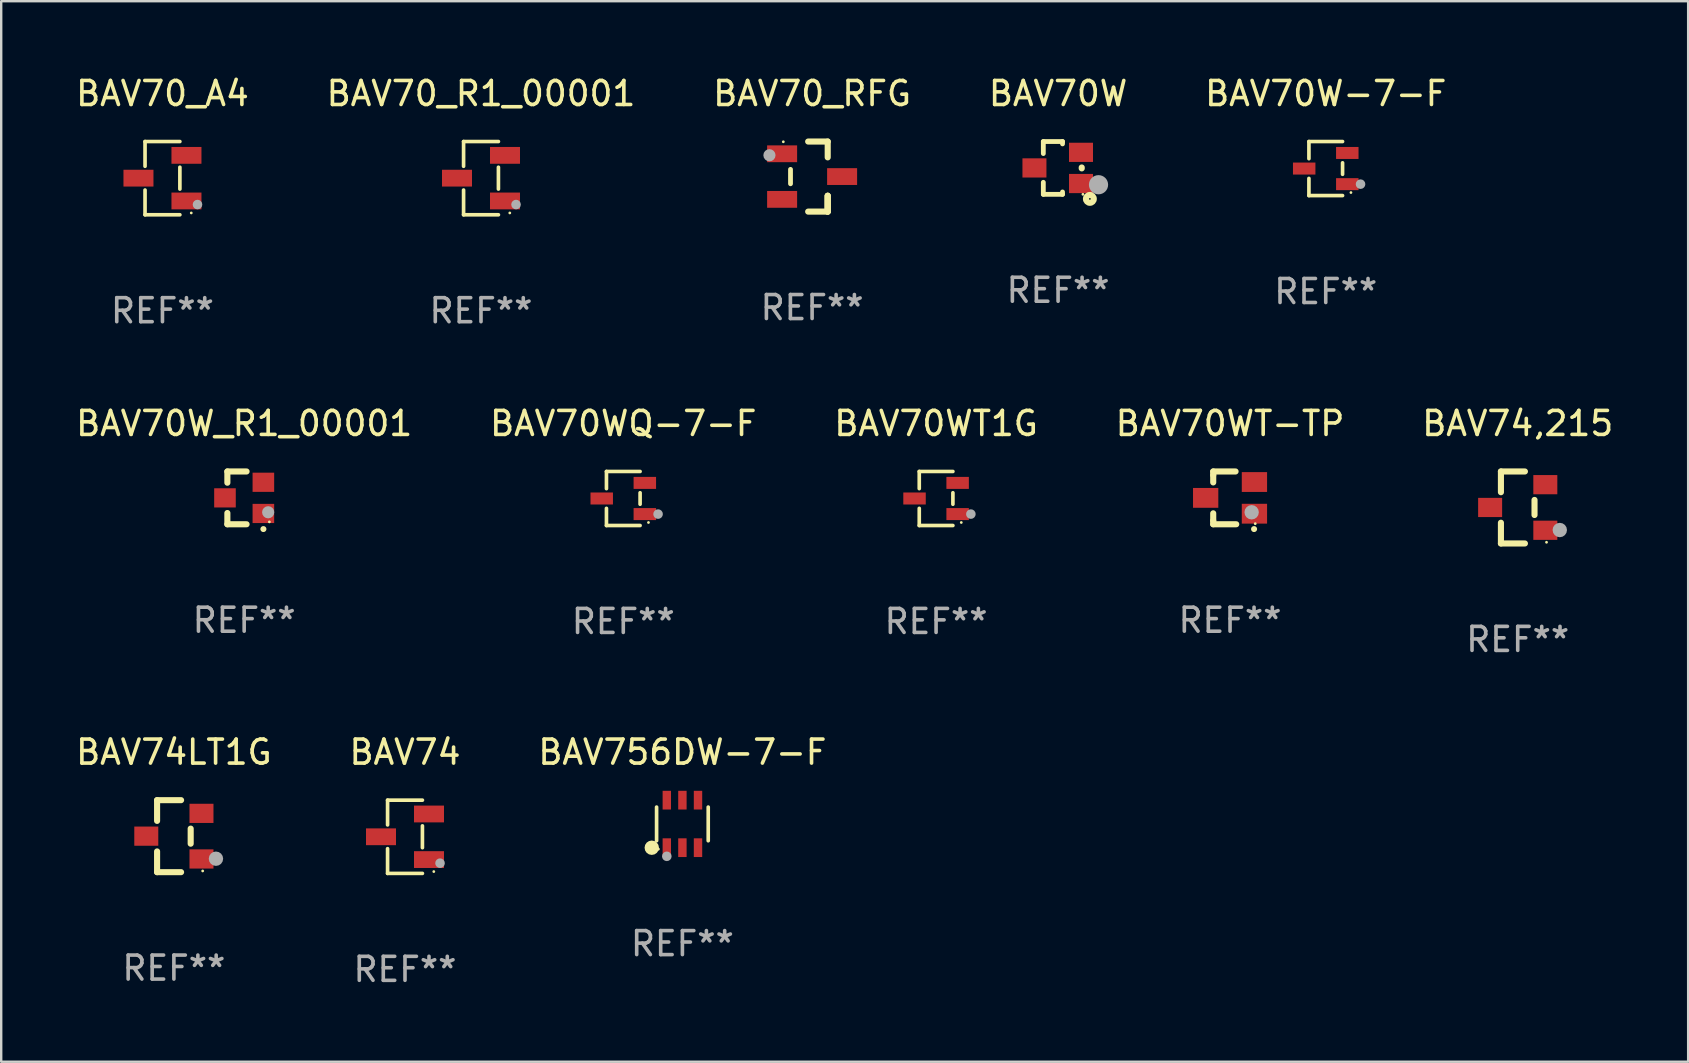
<source format=kicad_pcb>
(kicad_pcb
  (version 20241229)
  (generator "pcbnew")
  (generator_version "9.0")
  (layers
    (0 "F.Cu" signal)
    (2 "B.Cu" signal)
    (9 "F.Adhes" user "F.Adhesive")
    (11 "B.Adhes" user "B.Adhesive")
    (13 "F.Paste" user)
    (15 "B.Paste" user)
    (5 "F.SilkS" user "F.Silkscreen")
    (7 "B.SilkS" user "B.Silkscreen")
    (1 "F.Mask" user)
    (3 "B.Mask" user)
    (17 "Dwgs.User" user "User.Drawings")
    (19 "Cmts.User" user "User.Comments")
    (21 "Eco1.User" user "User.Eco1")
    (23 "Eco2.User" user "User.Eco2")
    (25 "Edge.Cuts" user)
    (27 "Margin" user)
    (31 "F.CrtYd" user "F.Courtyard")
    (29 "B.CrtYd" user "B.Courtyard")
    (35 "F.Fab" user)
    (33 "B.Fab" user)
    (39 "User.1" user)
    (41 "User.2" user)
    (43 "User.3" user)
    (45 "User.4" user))
  (footprint "BAV70_RFG"
    (layer "F.Cu")
    (at 30.792 4.308)
    (property "Reference" "BAV70_RFG" (at 0 -3.46 0) (layer "F.SilkS") (effects (font (size 1 1) (thickness 0.15))))
    (attr through_hole)
    (fp_line (start -0.9 -0.3) (end -0.9 0.3) (stroke (width 0.2) (type solid)) (layer "F.SilkS"))
    (fp_line (start -0.165 -1.46) (end 0.65 -1.46) (stroke (width 0.254) (type solid)) (layer "F.SilkS"))
    (fp_line (start 0.65 -1.46) (end 0.65 -0.8) (stroke (width 0.254) (type solid)) (layer "F.SilkS"))
    (fp_line (start 0.65 0.8) (end 0.65 1.46) (stroke (width 0.254) (type solid)) (layer "F.SilkS"))
    (fp_line (start 0.65 0.8) (end 0.65 1.46) (stroke (width 0.254) (type solid)) (layer "F.SilkS"))
    (fp_line (start 0.65 1.46) (end -0.165 1.46) (stroke (width 0.254) (type solid)) (layer "F.SilkS"))
    (fp_line (start 0.65 1.46) (end 0.65 0.8) (stroke (width 0.254) (type solid)) (layer "F.SilkS"))
    (fp_circle (center -1.2 -1.45) (end -1.17 -1.45) (stroke (width 0.06) (type solid)) (fill no) (layer "F.SilkS"))
    (fp_circle (center -1.778 -0.889) (end -1.651 -0.889) (stroke (width 0.254) (type solid)) (fill no) (layer "F.Fab"))
    (fp_text user "REF**" (at 0 5.46 0) (layer "F.Fab") (effects (font (size 1 1) (thickness 0.15))))
    (pad "1" smd rect (at -1.25 -0.95 90) (size 0.7 1.25) (layers "F.Cu" "F.Mask" "F.Paste"))
    (pad "2" smd rect (at -1.25 0.95 90) (size 0.7 1.25) (layers "F.Cu" "F.Mask" "F.Paste"))
    (pad "3" smd rect (at 1.25 -0.000051 90) (size 0.7 1.25) (layers "F.Cu" "F.Mask" "F.Paste")))
  (footprint "BAV70_R1_00001"
    (layer "F.Cu")
    (at 16.994 4.374)
    (property "Reference" "BAV70_R1_00001" (at 0 -3.526 0) (layer "F.SilkS") (effects (font (size 1 1) (thickness 0.15))))
    (attr through_hole)
    (fp_line (start -0.726 -1.526) (end -0.726 -0.495) (stroke (width 0.152) (type solid)) (layer "F.SilkS"))
    (fp_line (start -0.726 1.526) (end -0.726 0.495) (stroke (width 0.152) (type solid)) (layer "F.SilkS"))
    (fp_line (start 0.726 -1.526) (end -0.726 -1.526) (stroke (width 0.152) (type solid)) (layer "F.SilkS"))
    (fp_line (start 0.726 -0.455) (end 0.726 0.455) (stroke (width 0.152) (type solid)) (layer "F.SilkS"))
    (fp_line (start 0.726 1.526) (end -0.726 1.526) (stroke (width 0.152) (type solid)) (layer "F.SilkS"))
    (fp_circle (center 1.2 1.45) (end 1.23 1.45) (stroke (width 0.06) (type solid)) (fill no) (layer "F.SilkS"))
    (fp_circle (center 1.46 1.1) (end 1.56 1.1) (stroke (width 0.2) (type solid)) (fill no) (layer "F.Fab"))
    (fp_text user "REF**" (at 0 5.526 0) (layer "F.Fab") (effects (font (size 1 1) (thickness 0.15))))
    (pad "1" smd rect (at 1 0.95) (size 1.25 0.7) (layers "F.Cu" "F.Mask" "F.Paste"))
    (pad "2" smd rect (at 1 -0.95) (size 1.25 0.7) (layers "F.Cu" "F.Mask" "F.Paste"))
    (pad "3" smd rect (at -1 0) (size 1.25 0.7) (layers "F.Cu" "F.Mask" "F.Paste")))
  (footprint "BAV70W_R1_00001"
    (layer "F.Cu")
    (at 7.125 17.697)
    (property "Reference" "BAV70W_R1_00001" (at 0 -3.1 0) (layer "F.SilkS") (effects (font (size 1 1) (thickness 0.15))))
    (attr through_hole)
    (fp_line (start -0.7 -1.1) (end 0.1 -1.1) (stroke (width 0.254) (type solid)) (layer "F.SilkS"))
    (fp_line (start -0.7 -0.631) (end -0.7 -1.1) (stroke (width 0.254) (type solid)) (layer "F.SilkS"))
    (fp_line (start -0.7 1.1) (end -0.7 0.631) (stroke (width 0.254) (type solid)) (layer "F.SilkS"))
    (fp_line (start -0.7 1.1) (end 0.1 1.1) (stroke (width 0.254) (type solid)) (layer "F.SilkS"))
    (fp_arc (start 0.8 1.3) (mid 0.80127 1.299994) (end 0.80254 1.3) (stroke (width 0.24892) (type solid)) (layer "F.SilkS"))
    (fp_circle (center 1.05 1) (end 1.08 1) (stroke (width 0.06) (type solid)) (fill no) (layer "F.SilkS"))
    (fp_circle (center 1 0.6) (end 1.127 0.6) (stroke (width 0.254) (type solid)) (fill no) (layer "F.Fab"))
    (fp_text user "REF**" (at 0 5.1 0) (layer "F.Fab") (effects (font (size 1 1) (thickness 0.15))))
    (pad "1" smd rect (at 0.8 0.65 90) (size 0.8 0.9) (layers "F.Cu" "F.Mask" "F.Paste"))
    (pad "2" smd rect (at 0.8 -0.65 90) (size 0.8 0.9) (layers "F.Cu" "F.Mask" "F.Paste"))
    (pad "3" smd rect (at -0.8 0 90) (size 0.8 0.9) (layers "F.Cu" "F.Mask" "F.Paste")))
  (footprint "BAV70WT1G"
    (layer "F.Cu")
    (at 35.958 17.723)
    (property "Reference" "BAV70WT1G" (at 0 -3.126 0) (layer "F.SilkS") (effects (font (size 1 1) (thickness 0.15))))
    (attr through_hole)
    (fp_line (start -0.701 -1.126) (end -0.701 -0.411) (stroke (width 0.152) (type solid)) (layer "F.SilkS"))
    (fp_line (start -0.701 1.126) (end -0.701 0.411) (stroke (width 0.152) (type solid)) (layer "F.SilkS"))
    (fp_line (start 0.701 -1.126) (end -0.701 -1.126) (stroke (width 0.152) (type solid)) (layer "F.SilkS"))
    (fp_line (start 0.701 -0.239) (end 0.701 0.239) (stroke (width 0.152) (type solid)) (layer "F.SilkS"))
    (fp_line (start 0.701 1.126) (end -0.701 1.126) (stroke (width 0.152) (type solid)) (layer "F.SilkS"))
    (fp_circle (center 1.05 1) (end 1.08 1) (stroke (width 0.06) (type solid)) (fill no) (layer "F.SilkS"))
    (fp_circle (center 1.45 0.65) (end 1.55 0.65) (stroke (width 0.2) (type solid)) (fill no) (layer "F.Fab"))
    (fp_text user "REF**" (at 0 5.126 0) (layer "F.Fab") (effects (font (size 1 1) (thickness 0.15))))
    (pad "1" smd rect (at 0.898 0.65) (size 0.936 0.5) (layers "F.Cu" "F.Mask" "F.Paste"))
    (pad "2" smd rect (at 0.898 -0.65) (size 0.936 0.5) (layers "F.Cu" "F.Mask" "F.Paste"))
    (pad "3" smd rect (at -0.898 0) (size 0.936 0.5) (layers "F.Cu" "F.Mask" "F.Paste")))
  (footprint "BAV70W-7-F"
    (layer "F.Cu")
    (at 52.196 3.974)
    (property "Reference" "BAV70W-7-F" (at 0 -3.126 0) (layer "F.SilkS") (effects (font (size 1 1) (thickness 0.15))))
    (attr through_hole)
    (fp_line (start -0.701 -1.126) (end -0.701 -0.411) (stroke (width 0.152) (type solid)) (layer "F.SilkS"))
    (fp_line (start -0.701 1.126) (end -0.701 0.411) (stroke (width 0.152) (type solid)) (layer "F.SilkS"))
    (fp_line (start 0.701 -1.126) (end -0.701 -1.126) (stroke (width 0.152) (type solid)) (layer "F.SilkS"))
    (fp_line (start 0.701 -0.239) (end 0.701 0.239) (stroke (width 0.152) (type solid)) (layer "F.SilkS"))
    (fp_line (start 0.701 1.126) (end -0.701 1.126) (stroke (width 0.152) (type solid)) (layer "F.SilkS"))
    (fp_circle (center 1.05 1) (end 1.08 1) (stroke (width 0.06) (type solid)) (fill no) (layer "F.SilkS"))
    (fp_circle (center 1.45 0.65) (end 1.55 0.65) (stroke (width 0.2) (type solid)) (fill no) (layer "F.Fab"))
    (fp_text user "REF**" (at 0 5.126 0) (layer "F.Fab") (effects (font (size 1 1) (thickness 0.15))))
    (pad "1" smd rect (at 0.898 0.65) (size 0.936 0.5) (layers "F.Cu" "F.Mask" "F.Paste"))
    (pad "2" smd rect (at 0.898 -0.65) (size 0.936 0.5) (layers "F.Cu" "F.Mask" "F.Paste"))
    (pad "3" smd rect (at -0.898 0) (size 0.936 0.5) (layers "F.Cu" "F.Mask" "F.Paste")))
  (footprint "BAV70WT-TP"
    (layer "F.Cu")
    (at 48.208 17.697)
    (property "Reference" "BAV70WT-TP" (at 0 -3.1 0) (layer "F.SilkS") (effects (font (size 1 1) (thickness 0.15))))
    (attr through_hole)
    (fp_line (start -0.701 -0.95) (end -0.701 -1.1) (stroke (width 0.254) (type solid)) (layer "F.SilkS"))
    (fp_line (start -0.701 -0.644) (end -0.701 -0.95) (stroke (width 0.254) (type solid)) (layer "F.SilkS"))
    (fp_line (start -0.701 0.95) (end -0.701 0.644) (stroke (width 0.254) (type solid)) (layer "F.SilkS"))
    (fp_line (start -0.701 0.95) (end -0.701 1.1) (stroke (width 0.254) (type solid)) (layer "F.SilkS"))
    (fp_line (start -0.7 -1.1) (end 0.23 -1.1) (stroke (width 0.254) (type solid)) (layer "F.SilkS"))
    (fp_line (start -0.7 1.1) (end 0.258 1.1) (stroke (width 0.254) (type solid)) (layer "F.SilkS"))
    (fp_arc (start 1 1.3) (mid 1.00127 1.299994) (end 1.00254 1.3) (stroke (width 0.24892) (type solid)) (layer "F.SilkS"))
    (fp_circle (center 1.05 1.075) (end 1.08 1.075) (stroke (width 0.06) (type solid)) (fill no) (layer "F.SilkS"))
    (fp_circle (center 0.9 0.6) (end 1.05 0.6) (stroke (width 0.3) (type solid)) (fill no) (layer "F.Fab"))
    (fp_text user "REF**" (at 0 5.1 0) (layer "F.Fab") (effects (font (size 1 1) (thickness 0.15))))
    (pad "1" smd rect (at 1.016 0.66) (size 1.054 0.826) (layers "F.Cu" "F.Mask" "F.Paste"))
    (pad "2" smd rect (at 1.016 -0.66) (size 1.054 0.826) (layers "F.Cu" "F.Mask" "F.Paste"))
    (pad "3" smd rect (at -1.016 0) (size 1.054 0.826) (layers "F.Cu" "F.Mask" "F.Paste")))
  (footprint "BAV756DW-7-F"
    (layer "F.Cu")
    (at 25.387 31.284)
    (property "Reference" "BAV756DW-7-F" (at 0 -2.99 0) (layer "F.SilkS") (effects (font (size 1 1) (thickness 0.15))))
    (attr through_hole)
    (fp_line (start -1.076 0.701) (end -1.076 -0.701) (stroke (width 0.152) (type solid)) (layer "F.SilkS"))
    (fp_line (start 1.076 0.701) (end 1.076 -0.701) (stroke (width 0.152) (type solid)) (layer "F.SilkS"))
    (fp_circle (center -1.277 0.992) (end -1.127 0.992) (stroke (width 0.3) (type solid)) (fill no) (layer "F.SilkS"))
    (fp_circle (center -1 1.05) (end -0.97 1.05) (stroke (width 0.06) (type solid)) (fill no) (layer "F.SilkS"))
    (fp_circle (center -0.65 1.35) (end -0.55 1.35) (stroke (width 0.2) (type solid)) (fill no) (layer "F.Fab"))
    (fp_text user "REF**" (at 0 4.99 0) (layer "F.Fab") (effects (font (size 1 1) (thickness 0.15))))
    (pad "1" smd rect (at -0.65 0.99) (size 0.35 0.78) (layers "F.Cu" "F.Mask" "F.Paste"))
    (pad "2" smd rect (at 0 0.99) (size 0.35 0.78) (layers "F.Cu" "F.Mask" "F.Paste"))
    (pad "3" smd rect (at 0.65 0.99) (size 0.35 0.78) (layers "F.Cu" "F.Mask" "F.Paste"))
    (pad "4" smd rect (at 0.65 -0.99) (size 0.35 0.78) (layers "F.Cu" "F.Mask" "F.Paste"))
    (pad "5" smd rect (at 0 -0.99) (size 0.35 0.78) (layers "F.Cu" "F.Mask" "F.Paste"))
    (pad "6" smd rect (at -0.65 -0.99) (size 0.35 0.78) (layers "F.Cu" "F.Mask" "F.Paste")))
  (footprint "BAV70WQ-7-F"
    (layer "F.Cu")
    (at 22.923 17.723)
    (property "Reference" "BAV70WQ-7-F" (at 0 -3.126 0) (layer "F.SilkS") (effects (font (size 1 1) (thickness 0.15))))
    (attr through_hole)
    (fp_line (start -0.701 -1.126) (end -0.701 -0.411) (stroke (width 0.152) (type solid)) (layer "F.SilkS"))
    (fp_line (start -0.701 1.126) (end -0.701 0.411) (stroke (width 0.152) (type solid)) (layer "F.SilkS"))
    (fp_line (start 0.701 -1.126) (end -0.701 -1.126) (stroke (width 0.152) (type solid)) (layer "F.SilkS"))
    (fp_line (start 0.701 -0.239) (end 0.701 0.239) (stroke (width 0.152) (type solid)) (layer "F.SilkS"))
    (fp_line (start 0.701 1.126) (end -0.701 1.126) (stroke (width 0.152) (type solid)) (layer "F.SilkS"))
    (fp_circle (center 1.05 1) (end 1.08 1) (stroke (width 0.06) (type solid)) (fill no) (layer "F.SilkS"))
    (fp_circle (center 1.45 0.65) (end 1.55 0.65) (stroke (width 0.2) (type solid)) (fill no) (layer "F.Fab"))
    (fp_text user "REF**" (at 0 5.126 0) (layer "F.Fab") (effects (font (size 1 1) (thickness 0.15))))
    (pad "1" smd rect (at 0.898 0.65) (size 0.936 0.5) (layers "F.Cu" "F.Mask" "F.Paste"))
    (pad "2" smd rect (at 0.898 -0.65) (size 0.936 0.5) (layers "F.Cu" "F.Mask" "F.Paste"))
    (pad "3" smd rect (at -0.898 0) (size 0.936 0.5) (layers "F.Cu" "F.Mask" "F.Paste")))
  (footprint "BAV74,215"
    (layer "F.Cu")
    (at 60.196 18.097)
    (property "Reference" "BAV74,215" (at 0 -3.5 0) (layer "F.SilkS") (effects (font (size 1 1) (thickness 0.15))))
    (attr through_hole)
    (fp_line (start -0.7 -1.5) (end 0.3 -1.5) (stroke (width 0.254) (type solid)) (layer "F.SilkS"))
    (fp_line (start -0.7 -0.636) (end -0.7 -1.5) (stroke (width 0.254) (type solid)) (layer "F.SilkS"))
    (fp_line (start -0.7 1.5) (end -0.7 0.636) (stroke (width 0.254) (type solid)) (layer "F.SilkS"))
    (fp_line (start -0.7 1.5) (end 0.3 1.5) (stroke (width 0.254) (type solid)) (layer "F.SilkS"))
    (fp_line (start 0.7 0.314) (end 0.7 -0.314) (stroke (width 0.254) (type solid)) (layer "F.SilkS"))
    (fp_circle (center 1.2 1.45) (end 1.23 1.45) (stroke (width 0.06) (type solid)) (fill no) (layer "F.SilkS"))
    (fp_circle (center 1.753 0.94) (end 1.903 0.94) (stroke (width 0.3) (type solid)) (fill no) (layer "F.Fab"))
    (fp_text user "REF**" (at 0 5.5 0) (layer "F.Fab") (effects (font (size 1 1) (thickness 0.15))))
    (pad "1" smd rect (at 1.15 0.95 180) (size 1 0.8) (layers "F.Cu" "F.Mask" "F.Paste"))
    (pad "2" smd rect (at 1.15 -0.95 180) (size 1 0.8) (layers "F.Cu" "F.Mask" "F.Paste"))
    (pad "3" smd rect (at -1.15 -0.000051 180) (size 1 0.8) (layers "F.Cu" "F.Mask" "F.Paste")))
  (footprint "BAV74LT1G"
    (layer "F.Cu")
    (at 4.196 31.794)
    (property "Reference" "BAV74LT1G" (at 0 -3.5 0) (layer "F.SilkS") (effects (font (size 1 1) (thickness 0.15))))
    (attr through_hole)
    (fp_line (start -0.7 -1.5) (end 0.3 -1.5) (stroke (width 0.254) (type solid)) (layer "F.SilkS"))
    (fp_line (start -0.7 -0.636) (end -0.7 -1.5) (stroke (width 0.254) (type solid)) (layer "F.SilkS"))
    (fp_line (start -0.7 1.5) (end -0.7 0.636) (stroke (width 0.254) (type solid)) (layer "F.SilkS"))
    (fp_line (start -0.7 1.5) (end 0.3 1.5) (stroke (width 0.254) (type solid)) (layer "F.SilkS"))
    (fp_line (start 0.7 0.314) (end 0.7 -0.314) (stroke (width 0.254) (type solid)) (layer "F.SilkS"))
    (fp_circle (center 1.2 1.45) (end 1.23 1.45) (stroke (width 0.06) (type solid)) (fill no) (layer "F.SilkS"))
    (fp_circle (center 1.753 0.94) (end 1.903 0.94) (stroke (width 0.3) (type solid)) (fill no) (layer "F.Fab"))
    (fp_text user "REF**" (at 0 5.5 0) (layer "F.Fab") (effects (font (size 1 1) (thickness 0.15))))
    (pad "1" smd rect (at 1.15 0.95 180) (size 1 0.8) (layers "F.Cu" "F.Mask" "F.Paste"))
    (pad "2" smd rect (at 1.15 -0.95 180) (size 1 0.8) (layers "F.Cu" "F.Mask" "F.Paste"))
    (pad "3" smd rect (at -1.15 -0.000051 180) (size 1 0.8) (layers "F.Cu" "F.Mask" "F.Paste")))
  (footprint "BAV70_A4"
    (layer "F.Cu")
    (at 3.72 4.374)
    (property "Reference" "BAV70_A4" (at 0 -3.526 0) (layer "F.SilkS") (effects (font (size 1 1) (thickness 0.15))))
    (attr through_hole)
    (fp_line (start -0.726 -1.526) (end -0.726 -0.495) (stroke (width 0.152) (type solid)) (layer "F.SilkS"))
    (fp_line (start -0.726 1.526) (end -0.726 0.495) (stroke (width 0.152) (type solid)) (layer "F.SilkS"))
    (fp_line (start 0.726 -1.526) (end -0.726 -1.526) (stroke (width 0.152) (type solid)) (layer "F.SilkS"))
    (fp_line (start 0.726 -0.455) (end 0.726 0.455) (stroke (width 0.152) (type solid)) (layer "F.SilkS"))
    (fp_line (start 0.726 1.526) (end -0.726 1.526) (stroke (width 0.152) (type solid)) (layer "F.SilkS"))
    (fp_circle (center 1.2 1.45) (end 1.23 1.45) (stroke (width 0.06) (type solid)) (fill no) (layer "F.SilkS"))
    (fp_circle (center 1.46 1.1) (end 1.56 1.1) (stroke (width 0.2) (type solid)) (fill no) (layer "F.Fab"))
    (fp_text user "REF**" (at 0 5.526 0) (layer "F.Fab") (effects (font (size 1 1) (thickness 0.15))))
    (pad "1" smd rect (at 1 0.95) (size 1.25 0.7) (layers "F.Cu" "F.Mask" "F.Paste"))
    (pad "2" smd rect (at 1 -0.95) (size 1.25 0.7) (layers "F.Cu" "F.Mask" "F.Paste"))
    (pad "3" smd rect (at -1 0) (size 1.25 0.7) (layers "F.Cu" "F.Mask" "F.Paste")))
  (footprint "BAV70W"
    (layer "F.Cu")
    (at 41.042 3.948)
    (property "Reference" "BAV70W" (at 0 -3.1 0) (layer "F.SilkS") (effects (font (size 1 1) (thickness 0.15))))
    (attr through_hole)
    (fp_line (start -0.615 -1.1) (end -0.615 -0.599) (stroke (width 0.2) (type solid)) (layer "F.SilkS"))
    (fp_line (start -0.615 1.1) (end -0.615 0.599) (stroke (width 0.2) (type solid)) (layer "F.SilkS"))
    (fp_line (start 0.185 -1.1) (end -0.615 -1.1) (stroke (width 0.2) (type solid)) (layer "F.SilkS"))
    (fp_line (start 0.185 -1.001) (end 0.185 -1.1) (stroke (width 0.2) (type solid)) (layer "F.SilkS"))
    (fp_line (start 0.185 1.001) (end 0.185 1.1) (stroke (width 0.2) (type solid)) (layer "F.SilkS"))
    (fp_line (start 0.185 1.1) (end -0.615 1.1) (stroke (width 0.2) (type solid)) (layer "F.SilkS"))
    (fp_line (start 0.985 0.019) (end 0.985 -0.019) (stroke (width 0.254) (type solid)) (layer "F.SilkS"))
    (fp_circle (center 1.035 1.1) (end 1.065 1.1) (stroke (width 0.06) (type solid)) (fill no) (layer "F.SilkS"))
    (fp_circle (center 1.325 1.29) (end 1.361 1.29) (stroke (width 0.254) (type solid)) (fill no) (layer "F.SilkS"))
    (fp_circle (center 1.685 0.7) (end 1.885 0.7) (stroke (width 0.4) (type solid)) (fill no) (layer "F.Fab"))
    (fp_text user "REF**" (at 0 5.1 0) (layer "F.Fab") (effects (font (size 1 1) (thickness 0.15))))
    (pad "1" smd rect (at 0.955 0.65 90) (size 0.8 1) (layers "F.Cu" "F.Mask" "F.Paste"))
    (pad "2" smd rect (at 0.955 -0.65 90) (size 0.8 1) (layers "F.Cu" "F.Mask" "F.Paste"))
    (pad "3" smd rect (at -0.985 -0.000267 90) (size 0.8 1) (layers "F.Cu" "F.Mask" "F.Paste")))
  (footprint "BAV74"
    (layer "F.Cu")
    (at 13.827 31.82)
    (property "Reference" "BAV74" (at 0 -3.526 0) (layer "F.SilkS") (effects (font (size 1 1) (thickness 0.15))))
    (attr through_hole)
    (fp_line (start -0.726 -1.526) (end -0.726 -0.495) (stroke (width 0.152) (type solid)) (layer "F.SilkS"))
    (fp_line (start -0.726 1.526) (end -0.726 0.495) (stroke (width 0.152) (type solid)) (layer "F.SilkS"))
    (fp_line (start 0.726 -1.526) (end -0.726 -1.526) (stroke (width 0.152) (type solid)) (layer "F.SilkS"))
    (fp_line (start 0.726 -0.455) (end 0.726 0.455) (stroke (width 0.152) (type solid)) (layer "F.SilkS"))
    (fp_line (start 0.726 1.526) (end -0.726 1.526) (stroke (width 0.152) (type solid)) (layer "F.SilkS"))
    (fp_circle (center 1.2 1.45) (end 1.23 1.45) (stroke (width 0.06) (type solid)) (fill no) (layer "F.SilkS"))
    (fp_circle (center 1.46 1.1) (end 1.56 1.1) (stroke (width 0.2) (type solid)) (fill no) (layer "F.Fab"))
    (fp_text user "REF**" (at 0 5.526 0) (layer "F.Fab") (effects (font (size 1 1) (thickness 0.15))))
    (pad "1" smd rect (at 1 0.95) (size 1.25 0.7) (layers "F.Cu" "F.Mask" "F.Paste"))
    (pad "2" smd rect (at 1 -0.95) (size 1.25 0.7) (layers "F.Cu" "F.Mask" "F.Paste"))
    (pad "3" smd rect (at -1 0) (size 1.25 0.7) (layers "F.Cu" "F.Mask" "F.Paste")))
  (gr_rect
    (start -3 -3)
    (end 67.298 41.194)
    (stroke (width 0.1) (type default))
    (fill no)
    (layer "Edge.Cuts")))
</source>
